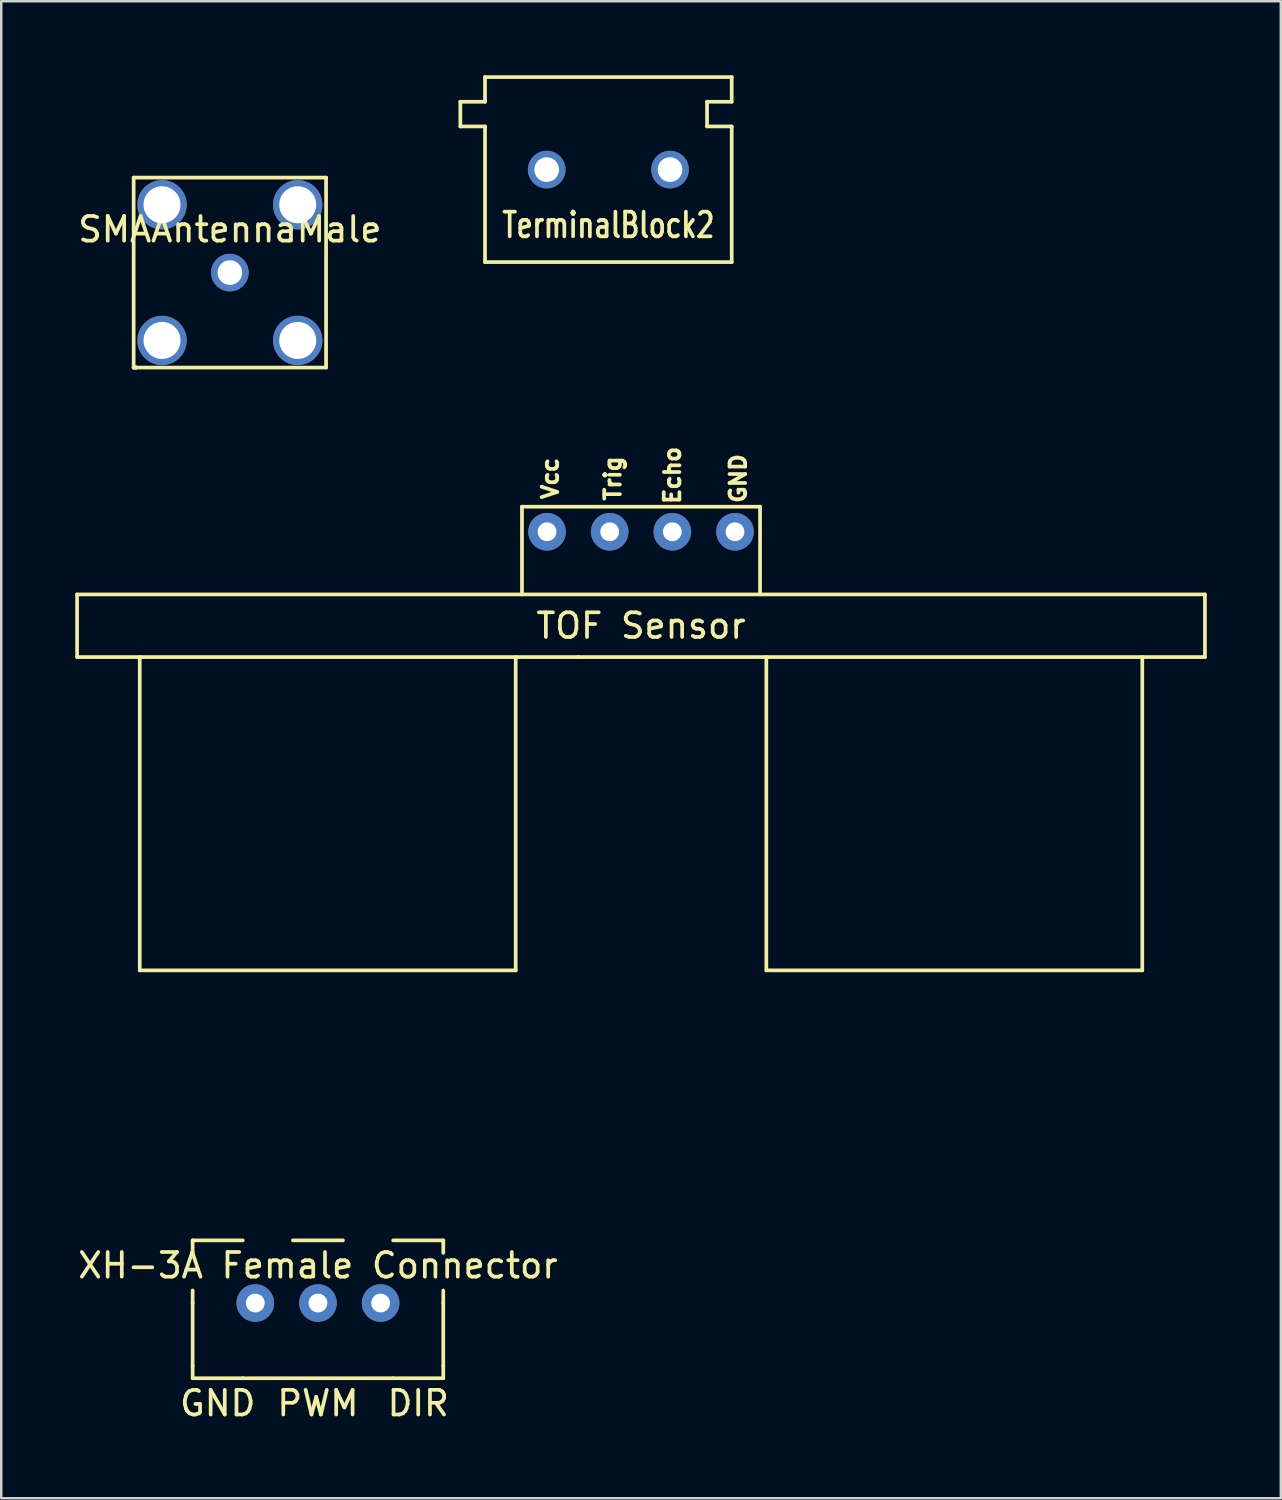
<source format=kicad_pcb>
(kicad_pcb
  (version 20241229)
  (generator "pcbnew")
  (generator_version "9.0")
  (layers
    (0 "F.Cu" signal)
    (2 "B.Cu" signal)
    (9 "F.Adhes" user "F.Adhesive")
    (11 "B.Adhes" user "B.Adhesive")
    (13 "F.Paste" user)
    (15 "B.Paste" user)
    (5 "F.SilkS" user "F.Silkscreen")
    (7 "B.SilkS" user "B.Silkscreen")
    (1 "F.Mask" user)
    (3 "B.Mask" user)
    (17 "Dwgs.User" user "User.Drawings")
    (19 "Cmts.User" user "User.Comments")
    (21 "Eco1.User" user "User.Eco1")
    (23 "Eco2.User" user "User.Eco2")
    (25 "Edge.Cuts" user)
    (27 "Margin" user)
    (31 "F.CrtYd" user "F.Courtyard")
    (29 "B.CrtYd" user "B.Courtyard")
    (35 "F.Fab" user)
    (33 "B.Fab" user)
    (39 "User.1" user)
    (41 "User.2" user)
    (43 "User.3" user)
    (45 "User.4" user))
  (footprint "XH-3A Female Connector"
    (layer "F.Cu")
    (at 9.839 39.611)
    (property "Reference" "XH-3A Female Connector" (at 0 8.636 0) (layer "F.SilkS") (effects (font (size 1 1) (thickness 0.15))))
    (attr through_hole)
    (fp_line (start -5.08 7.62) (end -5.08 8.128) (stroke (width 0.15) (type solid)) (layer "F.SilkS"))
    (fp_line (start -5.08 7.62) (end -3.048 7.62) (stroke (width 0.15) (type solid)) (layer "F.SilkS"))
    (fp_line (start -5.08 10.16) (end -5.08 9.652) (stroke (width 0.15) (type solid)) (layer "F.SilkS"))
    (fp_line (start -5.08 10.16) (end -5.08 12.7) (stroke (width 0.15) (type solid)) (layer "F.SilkS"))
    (fp_line (start -5.08 13.208) (end -5.08 12.7) (stroke (width 0.15) (type solid)) (layer "F.SilkS"))
    (fp_line (start -5.08 13.208) (end -3.048 13.208) (stroke (width 0.15) (type solid)) (layer "F.SilkS"))
    (fp_line (start -3.048 13.208) (end 3.048 13.208) (stroke (width 0.15) (type solid)) (layer "F.SilkS"))
    (fp_line (start 1.016 7.62) (end -1.016 7.62) (stroke (width 0.15) (type solid)) (layer "F.SilkS"))
    (fp_line (start 3.048 13.208) (end 5.08 13.208) (stroke (width 0.15) (type solid)) (layer "F.SilkS"))
    (fp_line (start 5.08 7.62) (end 3.048 7.62) (stroke (width 0.15) (type solid)) (layer "F.SilkS"))
    (fp_line (start 5.08 8.128) (end 5.08 7.62) (stroke (width 0.15) (type solid)) (layer "F.SilkS"))
    (fp_line (start 5.08 10.16) (end 5.08 9.652) (stroke (width 0.15) (type solid)) (layer "F.SilkS"))
    (fp_line (start 5.08 10.16) (end 5.08 12.7) (stroke (width 0.15) (type solid)) (layer "F.SilkS"))
    (fp_line (start 5.08 13.208) (end 5.08 12.7) (stroke (width 0.15) (type solid)) (layer "F.SilkS"))
    (fp_text user "PWM" (at 0 14.224 0) (layer "F.SilkS") (effects (font (size 1 1) (thickness 0.15))))
    (fp_text user "GND" (at -4.064 14.224 0) (layer "F.SilkS") (effects (font (size 1 1) (thickness 0.15))))
    (fp_text user "DIR" (at 4.064 14.224 0) (layer "F.SilkS") (effects (font (size 1 1) (thickness 0.15))))
    (pad "1" thru_hole circle (at -2.54 10.16) (size 1.524 1.524) (drill 0.762) (layers "*.Cu" "*.Mask"))
    (pad "2" thru_hole circle (at 0 10.16) (size 1.524 1.524) (drill 0.762) (layers "*.Cu" "*.Mask"))
    (pad "3" thru_hole circle (at 2.54 10.16) (size 1.524 1.524) (drill 0.762) (layers "*.Cu" "*.Mask")))
  (footprint "SMAAntennaMale"
    (layer "F.Cu")
    (at 5.268 0.25)
    (property "Reference" "SMAAntennaMale" (at 1 6 0) (layer "F.SilkS") (effects (font (size 1 1) (thickness 0.15))))
    (attr through_hole)
    (fp_line (start -2.9 3.9) (end 4.9 3.9) (stroke (width 0.15) (type solid)) (layer "F.SilkS"))
    (fp_line (start -2.9 11.6) (end -2.9 3.9) (stroke (width 0.15) (type solid)) (layer "F.SilkS"))
    (fp_line (start -2.9 11.6) (end -2.8 11.6) (stroke (width 0.15) (type solid)) (layer "F.SilkS"))
    (fp_line (start -2.8 11.6) (end -2.9 11.6) (stroke (width 0.15) (type solid)) (layer "F.SilkS"))
    (fp_line (start -2.8 11.6) (end -2.9 11.6) (stroke (width 0.15) (type solid)) (layer "F.SilkS"))
    (fp_line (start 4.9 3.9) (end 4.9 11.6) (stroke (width 0.15) (type solid)) (layer "F.SilkS"))
    (fp_line (start 4.9 11.6) (end -2.8 11.6) (stroke (width 0.15) (type solid)) (layer "F.SilkS"))
    (pad "1" thru_hole circle (at 1 7.75) (size 1.524 1.524) (drill 1) (layers "*.Cu" "*.Mask"))
    (pad "Gnd" thru_hole circle (at -1.75 5) (size 2 2) (drill 1.5) (layers "*.Cu" "*.Mask"))
    (pad "Gnd" thru_hole circle (at -1.75 10.5) (size 2 2) (drill 1.5) (layers "*.Cu" "*.Mask"))
    (pad "Gnd" thru_hole circle (at 3.75 5) (size 2 2) (drill 1.5) (layers "*.Cu" "*.Mask"))
    (pad "Gnd" thru_hole circle (at 3.75 10.5) (size 2 2) (drill 1.5) (layers "*.Cu" "*.Mask")))
  (footprint "TOF Sensor"
    (layer "F.Cu")
    (at 22.935 18.506)
    (property "Reference" "TOF Sensor" (at 0 3.81 0) (layer "F.SilkS") (effects (font (size 1 1) (thickness 0.15))))
    (attr through_hole)
    (fp_line (start -22.86 5.08) (end -22.86 2.54) (stroke (width 0.15) (type solid)) (layer "F.SilkS"))
    (fp_line (start -20.32 5.08) (end -20.32 17.78) (stroke (width 0.15) (type solid)) (layer "F.SilkS"))
    (fp_line (start -20.32 17.78) (end -5.08 17.78) (stroke (width 0.15) (type solid)) (layer "F.SilkS"))
    (fp_line (start -5.08 17.78) (end -5.08 5.08) (stroke (width 0.15) (type solid)) (layer "F.SilkS"))
    (fp_line (start -4.826 -1.016) (end 4.826 -1.016) (stroke (width 0.15) (type solid)) (layer "F.SilkS"))
    (fp_line (start -4.826 2.54) (end -4.826 -1.016) (stroke (width 0.15) (type solid)) (layer "F.SilkS"))
    (fp_line (start -2.54 5.08) (end -22.86 5.08) (stroke (width 0.15) (type solid)) (layer "F.SilkS"))
    (fp_line (start 4.826 -1.016) (end 4.826 2.54) (stroke (width 0.15) (type solid)) (layer "F.SilkS"))
    (fp_line (start 5.08 17.78) (end 5.08 5.08) (stroke (width 0.15) (type solid)) (layer "F.SilkS"))
    (fp_line (start 5.08 17.78) (end 20.32 17.78) (stroke (width 0.15) (type solid)) (layer "F.SilkS"))
    (fp_line (start 20.32 5.08) (end 20.32 17.78) (stroke (width 0.15) (type solid)) (layer "F.SilkS"))
    (fp_line (start 22.86 2.54) (end -22.86 2.54) (stroke (width 0.15) (type solid)) (layer "F.SilkS"))
    (fp_line (start 22.86 2.54) (end 22.86 5.08) (stroke (width 0.15) (type solid)) (layer "F.SilkS"))
    (fp_line (start 22.86 5.08) (end -2.54 5.08) (stroke (width 0.15) (type solid)) (layer "F.SilkS"))
    (fp_text user "Vcc" (at -3.683 -2.159 90) (layer "F.SilkS") (effects (font (size 0.635 0.635) (thickness 0.15))))
    (fp_text user "Echo" (at 1.27 -2.286 90) (layer "F.SilkS") (effects (font (size 0.635 0.635) (thickness 0.15))))
    (fp_text user "Trig" (at -1.143 -2.159 90) (layer "F.SilkS") (effects (font (size 0.635 0.635) (thickness 0.15))))
    (fp_text user "GND" (at 3.937 -2.159 90) (layer "F.SilkS") (effects (font (size 0.635 0.635) (thickness 0.15))))
    (pad "1" thru_hole circle (at -3.81 0) (size 1.524 1.524) (drill 0.762) (layers "*.Cu" "*.Mask"))
    (pad "2" thru_hole circle (at -1.27 0) (size 1.524 1.524) (drill 0.762) (layers "*.Cu" "*.Mask"))
    (pad "3" thru_hole circle (at 1.27 0) (size 1.524 1.524) (drill 0.762) (layers "*.Cu" "*.Mask"))
    (pad "4" thru_hole circle (at 3.81 0) (size 1.524 1.524) (drill 0.762) (layers "*.Cu" "*.Mask")))
  (footprint "TerminalBlock2"
    (layer "F.Cu")
    (at 24.111 2.575)
    (property "Reference" "TerminalBlock2" (at -2.5 3.5 0) (layer "F.SilkS") (effects (font (size 1 0.75) (thickness 0.15))))
    (attr through_hole)
    (fp_line (start -8.5 -1.5) (end -8.5 -0.5) (stroke (width 0.15) (type solid)) (layer "F.SilkS"))
    (fp_line (start -8.5 -0.5) (end -7.5 -0.5) (stroke (width 0.15) (type solid)) (layer "F.SilkS"))
    (fp_line (start -7.5 -2.5) (end -7.5 -1.5) (stroke (width 0.15) (type solid)) (layer "F.SilkS"))
    (fp_line (start -7.5 -2.5) (end 2.5 -2.5) (stroke (width 0.15) (type solid)) (layer "F.SilkS"))
    (fp_line (start -7.5 -1.5) (end -8.5 -1.5) (stroke (width 0.15) (type solid)) (layer "F.SilkS"))
    (fp_line (start -7.5 -0.5) (end -7.5 5) (stroke (width 0.15) (type solid)) (layer "F.SilkS"))
    (fp_line (start 1.5 -1.5) (end 1.5 -0.5) (stroke (width 0.15) (type solid)) (layer "F.SilkS"))
    (fp_line (start 1.5 -0.5) (end 2.5 -0.5) (stroke (width 0.15) (type solid)) (layer "F.SilkS"))
    (fp_line (start 2.5 -2.5) (end 2.5 -1.5) (stroke (width 0.15) (type solid)) (layer "F.SilkS"))
    (fp_line (start 2.5 -1.5) (end 1.5 -1.5) (stroke (width 0.15) (type solid)) (layer "F.SilkS"))
    (fp_line (start 2.5 -0.5) (end 2.5 5) (stroke (width 0.15) (type solid)) (layer "F.SilkS"))
    (fp_line (start 2.5 5) (end -7.5 5) (stroke (width 0.15) (type solid)) (layer "F.SilkS"))
    (pad "1" thru_hole circle (at -5 1.25) (size 1.524 1.524) (drill 1) (layers "*.Cu" "*.Mask"))
    (pad "2" thru_hole circle (at 0 1.25) (size 1.524 1.524) (drill 1) (layers "*.Cu" "*.Mask")))
  (gr_rect
    (start -3 -3)
    (end 48.87 57.684)
    (stroke (width 0.1) (type default))
    (fill no)
    (layer "Edge.Cuts")))
</source>
